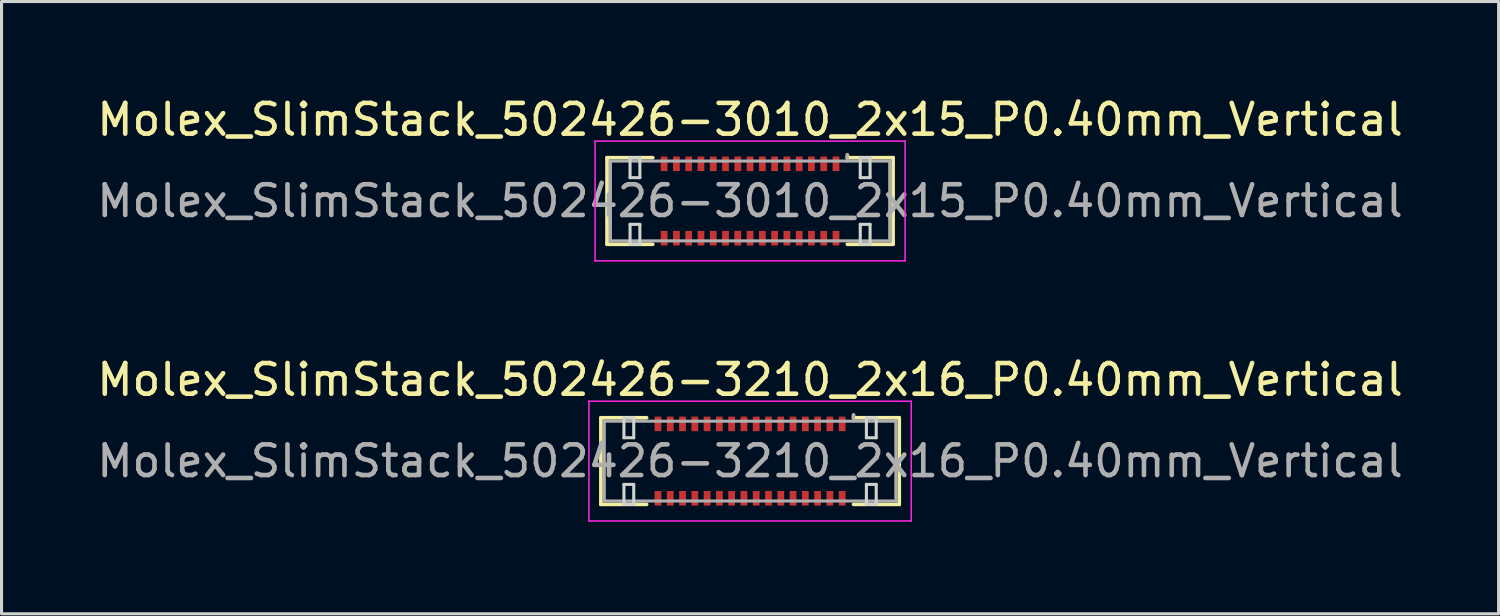
<source format=kicad_pcb>
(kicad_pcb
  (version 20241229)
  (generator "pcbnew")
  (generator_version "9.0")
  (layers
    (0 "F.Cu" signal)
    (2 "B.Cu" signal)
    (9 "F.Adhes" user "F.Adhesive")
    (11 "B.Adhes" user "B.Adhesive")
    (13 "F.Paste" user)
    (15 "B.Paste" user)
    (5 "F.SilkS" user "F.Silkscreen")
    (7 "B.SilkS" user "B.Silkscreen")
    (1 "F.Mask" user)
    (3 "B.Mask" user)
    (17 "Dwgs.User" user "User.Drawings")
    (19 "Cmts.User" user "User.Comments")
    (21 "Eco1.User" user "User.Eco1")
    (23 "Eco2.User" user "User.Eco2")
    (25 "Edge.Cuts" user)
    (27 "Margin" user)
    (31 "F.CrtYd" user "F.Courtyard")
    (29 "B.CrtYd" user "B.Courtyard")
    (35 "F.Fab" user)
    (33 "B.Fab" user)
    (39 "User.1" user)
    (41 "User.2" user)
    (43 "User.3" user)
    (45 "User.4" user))
  (footprint "Molex_SlimStack_502426-3010_2x15_P0.40mm_Vertical"
    (layer "F.Cu")
    (at 21.387 3.498)
    (property "Reference" "Molex_SlimStack_502426-3010_2x15_P0.40mm_Vertical" (at 0 -2.65 0) (layer "F.SilkS") (effects (font (size 1 1) (thickness 0.15))))
    (attr smd)
    (fp_line (start -4.66 -1.41) (end -3.17 -1.41) (stroke (width 0.12) (type solid)) (layer "F.SilkS"))
    (fp_line (start -4.66 1.41) (end -4.66 -1.41) (stroke (width 0.12) (type solid)) (layer "F.SilkS"))
    (fp_line (start -3.17 1.41) (end -4.66 1.41) (stroke (width 0.12) (type solid)) (layer "F.SilkS"))
    (fp_line (start 3.17 -1.41) (end 3.17 -1.5) (stroke (width 0.12) (type solid)) (layer "F.SilkS"))
    (fp_line (start 3.17 1.41) (end 4.66 1.41) (stroke (width 0.12) (type solid)) (layer "F.SilkS"))
    (fp_line (start 4.66 -1.41) (end 3.17 -1.41) (stroke (width 0.12) (type solid)) (layer "F.SilkS"))
    (fp_line (start 4.66 1.41) (end 4.66 -1.41) (stroke (width 0.12) (type solid)) (layer "F.SilkS"))
    (fp_line (start -3.91 -1.41) (end -3.91 -0.76) (stroke (width 0.1) (type solid)) (layer "Edge.Cuts"))
    (fp_line (start -3.91 -0.76) (end -3.59 -0.76) (stroke (width 0.1) (type solid)) (layer "Edge.Cuts"))
    (fp_line (start -3.91 0.76) (end -3.91 1.41) (stroke (width 0.1) (type solid)) (layer "Edge.Cuts"))
    (fp_line (start -3.91 1.41) (end -3.59 1.41) (stroke (width 0.1) (type solid)) (layer "Edge.Cuts"))
    (fp_line (start -3.59 -1.41) (end -3.91 -1.41) (stroke (width 0.1) (type solid)) (layer "Edge.Cuts"))
    (fp_line (start -3.59 -0.76) (end -3.59 -1.41) (stroke (width 0.1) (type solid)) (layer "Edge.Cuts"))
    (fp_line (start -3.59 0.76) (end -3.91 0.76) (stroke (width 0.1) (type solid)) (layer "Edge.Cuts"))
    (fp_line (start -3.59 1.41) (end -3.59 0.76) (stroke (width 0.1) (type solid)) (layer "Edge.Cuts"))
    (fp_line (start 3.59 -1.41) (end 3.59 -0.76) (stroke (width 0.1) (type solid)) (layer "Edge.Cuts"))
    (fp_line (start 3.59 -0.76) (end 3.91 -0.76) (stroke (width 0.1) (type solid)) (layer "Edge.Cuts"))
    (fp_line (start 3.59 0.76) (end 3.59 1.41) (stroke (width 0.1) (type solid)) (layer "Edge.Cuts"))
    (fp_line (start 3.59 1.41) (end 3.91 1.41) (stroke (width 0.1) (type solid)) (layer "Edge.Cuts"))
    (fp_line (start 3.91 -1.41) (end 3.59 -1.41) (stroke (width 0.1) (type solid)) (layer "Edge.Cuts"))
    (fp_line (start 3.91 -0.76) (end 3.91 -1.41) (stroke (width 0.1) (type solid)) (layer "Edge.Cuts"))
    (fp_line (start 3.91 0.76) (end 3.59 0.76) (stroke (width 0.1) (type solid)) (layer "Edge.Cuts"))
    (fp_line (start 3.91 1.41) (end 3.91 0.76) (stroke (width 0.1) (type solid)) (layer "Edge.Cuts"))
    (fp_line (start -5.05 -1.95) (end -5.05 1.95) (stroke (width 0.05) (type solid)) (layer "F.CrtYd"))
    (fp_line (start -5.05 1.95) (end 5.05 1.95) (stroke (width 0.05) (type solid)) (layer "F.CrtYd"))
    (fp_line (start 5.05 -1.95) (end -5.05 -1.95) (stroke (width 0.05) (type solid)) (layer "F.CrtYd"))
    (fp_line (start 5.05 1.95) (end 5.05 -1.95) (stroke (width 0.05) (type solid)) (layer "F.CrtYd"))
    (fp_line (start -4.55 -1.3) (end -4.55 1.3) (stroke (width 0.1) (type solid)) (layer "F.Fab"))
    (fp_line (start -4.55 1.3) (end 4.55 1.3) (stroke (width 0.1) (type solid)) (layer "F.Fab"))
    (fp_line (start 3.17 -1.3) (end 3.17 -1.5) (stroke (width 0.1) (type solid)) (layer "F.Fab"))
    (fp_line (start 4.55 -1.3) (end -4.55 -1.3) (stroke (width 0.1) (type solid)) (layer "F.Fab"))
    (fp_line (start 4.55 1.3) (end 4.55 -1.3) (stroke (width 0.1) (type solid)) (layer "F.Fab"))
    (fp_text user "${REFERENCE}" (at 0 0 0) (layer "F.Fab") (effects (font (size 1 1) (thickness 0.15))))
    (pad "1" smd rect (at 2.8 -1.212) (size 0.22 0.475) (layers "F.Cu" "F.Mask" "F.Paste"))
    (pad "2" smd rect (at 2.8 1.212) (size 0.22 0.475) (layers "F.Cu" "F.Mask" "F.Paste"))
    (pad "3" smd rect (at 2.4 -1.212) (size 0.22 0.475) (layers "F.Cu" "F.Mask" "F.Paste"))
    (pad "4" smd rect (at 2.4 1.212) (size 0.22 0.475) (layers "F.Cu" "F.Mask" "F.Paste"))
    (pad "5" smd rect (at 2 -1.212) (size 0.22 0.475) (layers "F.Cu" "F.Mask" "F.Paste"))
    (pad "6" smd rect (at 2 1.212) (size 0.22 0.475) (layers "F.Cu" "F.Mask" "F.Paste"))
    (pad "7" smd rect (at 1.6 -1.212) (size 0.22 0.475) (layers "F.Cu" "F.Mask" "F.Paste"))
    (pad "8" smd rect (at 1.6 1.212) (size 0.22 0.475) (layers "F.Cu" "F.Mask" "F.Paste"))
    (pad "9" smd rect (at 1.2 -1.212) (size 0.22 0.475) (layers "F.Cu" "F.Mask" "F.Paste"))
    (pad "10" smd rect (at 1.2 1.212) (size 0.22 0.475) (layers "F.Cu" "F.Mask" "F.Paste"))
    (pad "11" smd rect (at 0.8 -1.212) (size 0.22 0.475) (layers "F.Cu" "F.Mask" "F.Paste"))
    (pad "12" smd rect (at 0.8 1.212) (size 0.22 0.475) (layers "F.Cu" "F.Mask" "F.Paste"))
    (pad "13" smd rect (at 0.4 -1.212) (size 0.22 0.475) (layers "F.Cu" "F.Mask" "F.Paste"))
    (pad "14" smd rect (at 0.4 1.212) (size 0.22 0.475) (layers "F.Cu" "F.Mask" "F.Paste"))
    (pad "15" smd rect (at 0 -1.212) (size 0.22 0.475) (layers "F.Cu" "F.Mask" "F.Paste"))
    (pad "16" smd rect (at 0 1.212) (size 0.22 0.475) (layers "F.Cu" "F.Mask" "F.Paste"))
    (pad "17" smd rect (at -0.4 -1.212) (size 0.22 0.475) (layers "F.Cu" "F.Mask" "F.Paste"))
    (pad "18" smd rect (at -0.4 1.212) (size 0.22 0.475) (layers "F.Cu" "F.Mask" "F.Paste"))
    (pad "19" smd rect (at -0.8 -1.212) (size 0.22 0.475) (layers "F.Cu" "F.Mask" "F.Paste"))
    (pad "20" smd rect (at -0.8 1.212) (size 0.22 0.475) (layers "F.Cu" "F.Mask" "F.Paste"))
    (pad "21" smd rect (at -1.2 -1.212) (size 0.22 0.475) (layers "F.Cu" "F.Mask" "F.Paste"))
    (pad "22" smd rect (at -1.2 1.212) (size 0.22 0.475) (layers "F.Cu" "F.Mask" "F.Paste"))
    (pad "23" smd rect (at -1.6 -1.212) (size 0.22 0.475) (layers "F.Cu" "F.Mask" "F.Paste"))
    (pad "24" smd rect (at -1.6 1.212) (size 0.22 0.475) (layers "F.Cu" "F.Mask" "F.Paste"))
    (pad "25" smd rect (at -2 -1.212) (size 0.22 0.475) (layers "F.Cu" "F.Mask" "F.Paste"))
    (pad "26" smd rect (at -2 1.212) (size 0.22 0.475) (layers "F.Cu" "F.Mask" "F.Paste"))
    (pad "27" smd rect (at -2.4 -1.212) (size 0.22 0.475) (layers "F.Cu" "F.Mask" "F.Paste"))
    (pad "28" smd rect (at -2.4 1.212) (size 0.22 0.475) (layers "F.Cu" "F.Mask" "F.Paste"))
    (pad "29" smd rect (at -2.8 -1.212) (size 0.22 0.475) (layers "F.Cu" "F.Mask" "F.Paste"))
    (pad "30" smd rect (at -2.8 1.212) (size 0.22 0.475) (layers "F.Cu" "F.Mask" "F.Paste")))
  (footprint "Molex_SlimStack_502426-3210_2x16_P0.40mm_Vertical"
    (layer "F.Cu")
    (at 21.387 11.972)
    (property "Reference" "Molex_SlimStack_502426-3210_2x16_P0.40mm_Vertical" (at 0 -2.65 0) (layer "F.SilkS") (effects (font (size 1 1) (thickness 0.15))))
    (attr smd)
    (fp_line (start -4.86 -1.41) (end -3.37 -1.41) (stroke (width 0.12) (type solid)) (layer "F.SilkS"))
    (fp_line (start -4.86 1.41) (end -4.86 -1.41) (stroke (width 0.12) (type solid)) (layer "F.SilkS"))
    (fp_line (start -3.37 1.41) (end -4.86 1.41) (stroke (width 0.12) (type solid)) (layer "F.SilkS"))
    (fp_line (start 3.37 -1.41) (end 3.37 -1.5) (stroke (width 0.12) (type solid)) (layer "F.SilkS"))
    (fp_line (start 3.37 1.41) (end 4.86 1.41) (stroke (width 0.12) (type solid)) (layer "F.SilkS"))
    (fp_line (start 4.86 -1.41) (end 3.37 -1.41) (stroke (width 0.12) (type solid)) (layer "F.SilkS"))
    (fp_line (start 4.86 1.41) (end 4.86 -1.41) (stroke (width 0.12) (type solid)) (layer "F.SilkS"))
    (fp_line (start -4.11 -1.41) (end -4.11 -0.76) (stroke (width 0.1) (type solid)) (layer "Edge.Cuts"))
    (fp_line (start -4.11 -0.76) (end -3.79 -0.76) (stroke (width 0.1) (type solid)) (layer "Edge.Cuts"))
    (fp_line (start -4.11 0.76) (end -4.11 1.41) (stroke (width 0.1) (type solid)) (layer "Edge.Cuts"))
    (fp_line (start -4.11 1.41) (end -3.79 1.41) (stroke (width 0.1) (type solid)) (layer "Edge.Cuts"))
    (fp_line (start -3.79 -1.41) (end -4.11 -1.41) (stroke (width 0.1) (type solid)) (layer "Edge.Cuts"))
    (fp_line (start -3.79 -0.76) (end -3.79 -1.41) (stroke (width 0.1) (type solid)) (layer "Edge.Cuts"))
    (fp_line (start -3.79 0.76) (end -4.11 0.76) (stroke (width 0.1) (type solid)) (layer "Edge.Cuts"))
    (fp_line (start -3.79 1.41) (end -3.79 0.76) (stroke (width 0.1) (type solid)) (layer "Edge.Cuts"))
    (fp_line (start 3.79 -1.41) (end 3.79 -0.76) (stroke (width 0.1) (type solid)) (layer "Edge.Cuts"))
    (fp_line (start 3.79 -0.76) (end 4.11 -0.76) (stroke (width 0.1) (type solid)) (layer "Edge.Cuts"))
    (fp_line (start 3.79 0.76) (end 3.79 1.41) (stroke (width 0.1) (type solid)) (layer "Edge.Cuts"))
    (fp_line (start 3.79 1.41) (end 4.11 1.41) (stroke (width 0.1) (type solid)) (layer "Edge.Cuts"))
    (fp_line (start 4.11 -1.41) (end 3.79 -1.41) (stroke (width 0.1) (type solid)) (layer "Edge.Cuts"))
    (fp_line (start 4.11 -0.76) (end 4.11 -1.41) (stroke (width 0.1) (type solid)) (layer "Edge.Cuts"))
    (fp_line (start 4.11 0.76) (end 3.79 0.76) (stroke (width 0.1) (type solid)) (layer "Edge.Cuts"))
    (fp_line (start 4.11 1.41) (end 4.11 0.76) (stroke (width 0.1) (type solid)) (layer "Edge.Cuts"))
    (fp_line (start -5.25 -1.95) (end -5.25 1.95) (stroke (width 0.05) (type solid)) (layer "F.CrtYd"))
    (fp_line (start -5.25 1.95) (end 5.25 1.95) (stroke (width 0.05) (type solid)) (layer "F.CrtYd"))
    (fp_line (start 5.25 -1.95) (end -5.25 -1.95) (stroke (width 0.05) (type solid)) (layer "F.CrtYd"))
    (fp_line (start 5.25 1.95) (end 5.25 -1.95) (stroke (width 0.05) (type solid)) (layer "F.CrtYd"))
    (fp_line (start -4.75 -1.3) (end -4.75 1.3) (stroke (width 0.1) (type solid)) (layer "F.Fab"))
    (fp_line (start -4.75 1.3) (end 4.75 1.3) (stroke (width 0.1) (type solid)) (layer "F.Fab"))
    (fp_line (start 3.37 -1.3) (end 3.37 -1.5) (stroke (width 0.1) (type solid)) (layer "F.Fab"))
    (fp_line (start 4.75 -1.3) (end -4.75 -1.3) (stroke (width 0.1) (type solid)) (layer "F.Fab"))
    (fp_line (start 4.75 1.3) (end 4.75 -1.3) (stroke (width 0.1) (type solid)) (layer "F.Fab"))
    (fp_text user "${REFERENCE}" (at 0 0 0) (layer "F.Fab") (effects (font (size 1 1) (thickness 0.15))))
    (pad "1" smd rect (at 3 -1.212) (size 0.22 0.475) (layers "F.Cu" "F.Mask" "F.Paste"))
    (pad "2" smd rect (at 3 1.212) (size 0.22 0.475) (layers "F.Cu" "F.Mask" "F.Paste"))
    (pad "3" smd rect (at 2.6 -1.212) (size 0.22 0.475) (layers "F.Cu" "F.Mask" "F.Paste"))
    (pad "4" smd rect (at 2.6 1.212) (size 0.22 0.475) (layers "F.Cu" "F.Mask" "F.Paste"))
    (pad "5" smd rect (at 2.2 -1.212) (size 0.22 0.475) (layers "F.Cu" "F.Mask" "F.Paste"))
    (pad "6" smd rect (at 2.2 1.212) (size 0.22 0.475) (layers "F.Cu" "F.Mask" "F.Paste"))
    (pad "7" smd rect (at 1.8 -1.212) (size 0.22 0.475) (layers "F.Cu" "F.Mask" "F.Paste"))
    (pad "8" smd rect (at 1.8 1.212) (size 0.22 0.475) (layers "F.Cu" "F.Mask" "F.Paste"))
    (pad "9" smd rect (at 1.4 -1.212) (size 0.22 0.475) (layers "F.Cu" "F.Mask" "F.Paste"))
    (pad "10" smd rect (at 1.4 1.212) (size 0.22 0.475) (layers "F.Cu" "F.Mask" "F.Paste"))
    (pad "11" smd rect (at 1 -1.212) (size 0.22 0.475) (layers "F.Cu" "F.Mask" "F.Paste"))
    (pad "12" smd rect (at 1 1.212) (size 0.22 0.475) (layers "F.Cu" "F.Mask" "F.Paste"))
    (pad "13" smd rect (at 0.6 -1.212) (size 0.22 0.475) (layers "F.Cu" "F.Mask" "F.Paste"))
    (pad "14" smd rect (at 0.6 1.212) (size 0.22 0.475) (layers "F.Cu" "F.Mask" "F.Paste"))
    (pad "15" smd rect (at 0.2 -1.212) (size 0.22 0.475) (layers "F.Cu" "F.Mask" "F.Paste"))
    (pad "16" smd rect (at 0.2 1.212) (size 0.22 0.475) (layers "F.Cu" "F.Mask" "F.Paste"))
    (pad "17" smd rect (at -0.2 -1.212) (size 0.22 0.475) (layers "F.Cu" "F.Mask" "F.Paste"))
    (pad "18" smd rect (at -0.2 1.212) (size 0.22 0.475) (layers "F.Cu" "F.Mask" "F.Paste"))
    (pad "19" smd rect (at -0.6 -1.212) (size 0.22 0.475) (layers "F.Cu" "F.Mask" "F.Paste"))
    (pad "20" smd rect (at -0.6 1.212) (size 0.22 0.475) (layers "F.Cu" "F.Mask" "F.Paste"))
    (pad "21" smd rect (at -1 -1.212) (size 0.22 0.475) (layers "F.Cu" "F.Mask" "F.Paste"))
    (pad "22" smd rect (at -1 1.212) (size 0.22 0.475) (layers "F.Cu" "F.Mask" "F.Paste"))
    (pad "23" smd rect (at -1.4 -1.212) (size 0.22 0.475) (layers "F.Cu" "F.Mask" "F.Paste"))
    (pad "24" smd rect (at -1.4 1.212) (size 0.22 0.475) (layers "F.Cu" "F.Mask" "F.Paste"))
    (pad "25" smd rect (at -1.8 -1.212) (size 0.22 0.475) (layers "F.Cu" "F.Mask" "F.Paste"))
    (pad "26" smd rect (at -1.8 1.212) (size 0.22 0.475) (layers "F.Cu" "F.Mask" "F.Paste"))
    (pad "27" smd rect (at -2.2 -1.212) (size 0.22 0.475) (layers "F.Cu" "F.Mask" "F.Paste"))
    (pad "28" smd rect (at -2.2 1.212) (size 0.22 0.475) (layers "F.Cu" "F.Mask" "F.Paste"))
    (pad "29" smd rect (at -2.6 -1.212) (size 0.22 0.475) (layers "F.Cu" "F.Mask" "F.Paste"))
    (pad "30" smd rect (at -2.6 1.212) (size 0.22 0.475) (layers "F.Cu" "F.Mask" "F.Paste"))
    (pad "31" smd rect (at -3 -1.212) (size 0.22 0.475) (layers "F.Cu" "F.Mask" "F.Paste"))
    (pad "32" smd rect (at -3 1.212) (size 0.22 0.475) (layers "F.Cu" "F.Mask" "F.Paste")))
  (gr_rect
    (start -3 -3)
    (end 45.774 16.947)
    (stroke (width 0.1) (type default))
    (fill no)
    (layer "Edge.Cuts")))
</source>
